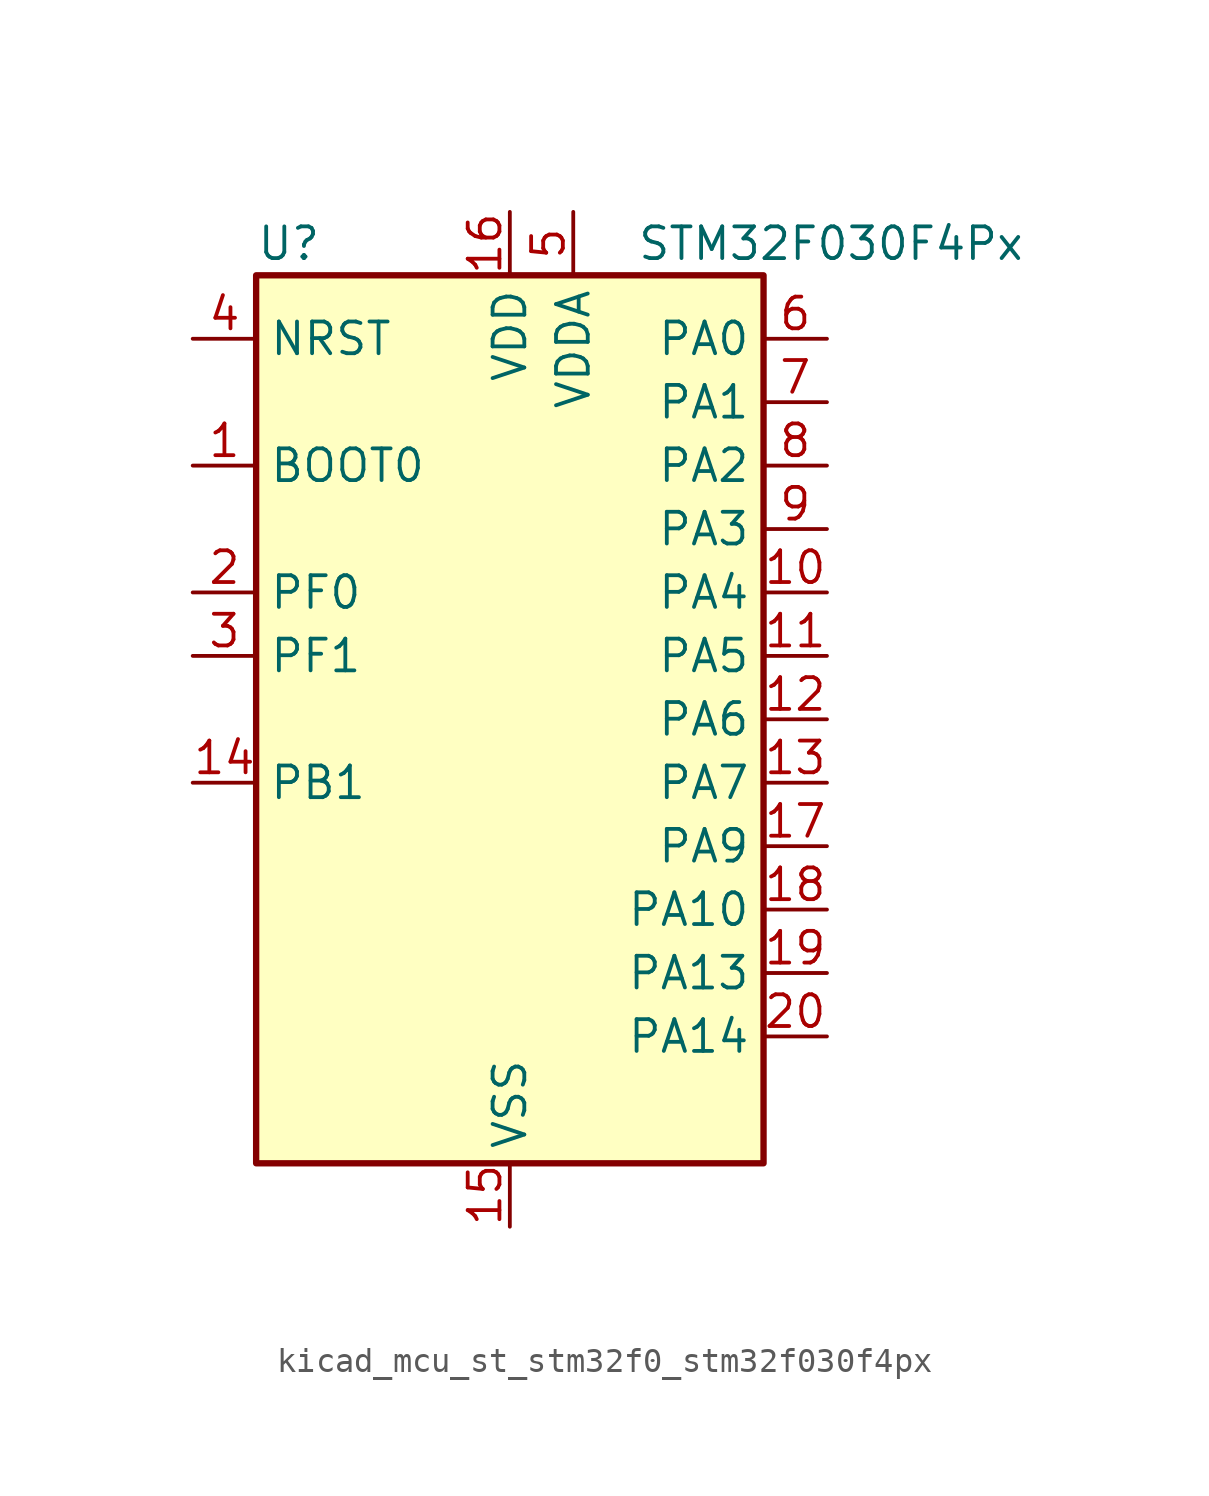
<source format=kicad_sym>
(kicad_symbol_lib
  (version 20220914)
  (generator kicad_symbol_editor)
  (symbol "kicad_mcu_st_stm32f0_stm32f030f4px"
    (property "Reference" "U"
      (at -10.16 19.05 0)
      (effects (font (size 1.27 1.27)) (justify left)))
    (property "Value" "STM32F030F4Px"
      (at 5.08 19.05 0)
      (effects (font (size 1.27 1.27)) (justify left)))
    (property "ki_locked" ""
      (at 0 0 0)
      (effects (font (size 1.27 1.27))))
    (symbol "kicad_mcu_st_stm32f0_stm32f030f4px_0_1"
      (rectangle (start -10.16 -17.78) (end 10.16 17.78) (stroke (width 0.254) (type default)) (fill (type background))))
    (symbol "kicad_mcu_st_stm32f0_stm32f030f4px_1_1"
      (pin input line (at -12.7 10.16 0) (length 2.54) (name "BOOT0" (effects (font (size 1.27 1.27)))) (number "1" (effects (font (size 1.27 1.27)))))
      (pin bidirectional line (at 12.7 5.08 180) (length 2.54) (name "PA4" (effects (font (size 1.27 1.27)))) (number "10" (effects (font (size 1.27 1.27)))) (alternate "ADC_IN4" bidirectional line) (alternate "SPI1_NSS" bidirectional line) (alternate "TIM14_CH1" bidirectional line) (alternate "USART1_CK" bidirectional line))
      (pin bidirectional line (at 12.7 2.54 180) (length 2.54) (name "PA5" (effects (font (size 1.27 1.27)))) (number "11" (effects (font (size 1.27 1.27)))) (alternate "ADC_IN5" bidirectional line) (alternate "SPI1_SCK" bidirectional line))
      (pin bidirectional line (at 12.7 0 180) (length 2.54) (name "PA6" (effects (font (size 1.27 1.27)))) (number "12" (effects (font (size 1.27 1.27)))) (alternate "ADC_IN6" bidirectional line) (alternate "SPI1_MISO" bidirectional line) (alternate "TIM16_CH1" bidirectional line) (alternate "TIM1_BKIN" bidirectional line) (alternate "TIM3_CH1" bidirectional line))
      (pin bidirectional line (at 12.7 -2.54 180) (length 2.54) (name "PA7" (effects (font (size 1.27 1.27)))) (number "13" (effects (font (size 1.27 1.27)))) (alternate "ADC_IN7" bidirectional line) (alternate "SPI1_MOSI" bidirectional line) (alternate "TIM14_CH1" bidirectional line) (alternate "TIM17_CH1" bidirectional line) (alternate "TIM1_CH1N" bidirectional line) (alternate "TIM3_CH2" bidirectional line))
      (pin bidirectional line (at -12.7 -2.54 0) (length 2.54) (name "PB1" (effects (font (size 1.27 1.27)))) (number "14" (effects (font (size 1.27 1.27)))) (alternate "ADC_IN9" bidirectional line) (alternate "TIM14_CH1" bidirectional line) (alternate "TIM1_CH3N" bidirectional line) (alternate "TIM3_CH4" bidirectional line))
      (pin power_in line (at 0 -20.32 90) (length 2.54) (name "VSS" (effects (font (size 1.27 1.27)))) (number "15" (effects (font (size 1.27 1.27)))))
      (pin power_in line (at 0 20.32 270) (length 2.54) (name "VDD" (effects (font (size 1.27 1.27)))) (number "16" (effects (font (size 1.27 1.27)))))
      (pin bidirectional line (at 12.7 -5.08 180) (length 2.54) (name "PA9" (effects (font (size 1.27 1.27)))) (number "17" (effects (font (size 1.27 1.27)))) (alternate "I2C1_SCL" bidirectional line) (alternate "TIM1_CH2" bidirectional line) (alternate "USART1_TX" bidirectional line))
      (pin bidirectional line (at 12.7 -7.62 180) (length 2.54) (name "PA10" (effects (font (size 1.27 1.27)))) (number "18" (effects (font (size 1.27 1.27)))) (alternate "I2C1_SDA" bidirectional line) (alternate "TIM17_BKIN" bidirectional line) (alternate "TIM1_CH3" bidirectional line) (alternate "USART1_RX" bidirectional line))
      (pin bidirectional line (at 12.7 -10.16 180) (length 2.54) (name "PA13" (effects (font (size 1.27 1.27)))) (number "19" (effects (font (size 1.27 1.27)))) (alternate "IR_OUT" bidirectional line) (alternate "SYS_SWDIO" bidirectional line))
      (pin bidirectional line (at -12.7 5.08 0) (length 2.54) (name "PF0" (effects (font (size 1.27 1.27)))) (number "2" (effects (font (size 1.27 1.27)))) (alternate "RCC_OSC_IN" bidirectional line))
      (pin bidirectional line (at 12.7 -12.7 180) (length 2.54) (name "PA14" (effects (font (size 1.27 1.27)))) (number "20" (effects (font (size 1.27 1.27)))) (alternate "SYS_SWCLK" bidirectional line) (alternate "USART1_TX" bidirectional line))
      (pin bidirectional line (at -12.7 2.54 0) (length 2.54) (name "PF1" (effects (font (size 1.27 1.27)))) (number "3" (effects (font (size 1.27 1.27)))) (alternate "RCC_OSC_OUT" bidirectional line))
      (pin input line (at -12.7 15.24 0) (length 2.54) (name "NRST" (effects (font (size 1.27 1.27)))) (number "4" (effects (font (size 1.27 1.27)))))
      (pin power_in line (at 2.54 20.32 270) (length 2.54) (name "VDDA" (effects (font (size 1.27 1.27)))) (number "5" (effects (font (size 1.27 1.27)))))
      (pin bidirectional line (at 12.7 15.24 180) (length 2.54) (name "PA0" (effects (font (size 1.27 1.27)))) (number "6" (effects (font (size 1.27 1.27)))) (alternate "ADC_IN0" bidirectional line) (alternate "RTC_TAMP2" bidirectional line) (alternate "SYS_WKUP1" bidirectional line) (alternate "USART1_CTS" bidirectional line))
      (pin bidirectional line (at 12.7 12.7 180) (length 2.54) (name "PA1" (effects (font (size 1.27 1.27)))) (number "7" (effects (font (size 1.27 1.27)))) (alternate "ADC_IN1" bidirectional line) (alternate "USART1_DE" bidirectional line) (alternate "USART1_RTS" bidirectional line))
      (pin bidirectional line (at 12.7 10.16 180) (length 2.54) (name "PA2" (effects (font (size 1.27 1.27)))) (number "8" (effects (font (size 1.27 1.27)))) (alternate "ADC_IN2" bidirectional line) (alternate "USART1_TX" bidirectional line))
      (pin bidirectional line (at 12.7 7.62 180) (length 2.54) (name "PA3" (effects (font (size 1.27 1.27)))) (number "9" (effects (font (size 1.27 1.27)))) (alternate "ADC_IN3" bidirectional line) (alternate "USART1_RX" bidirectional line)))))
</source>
